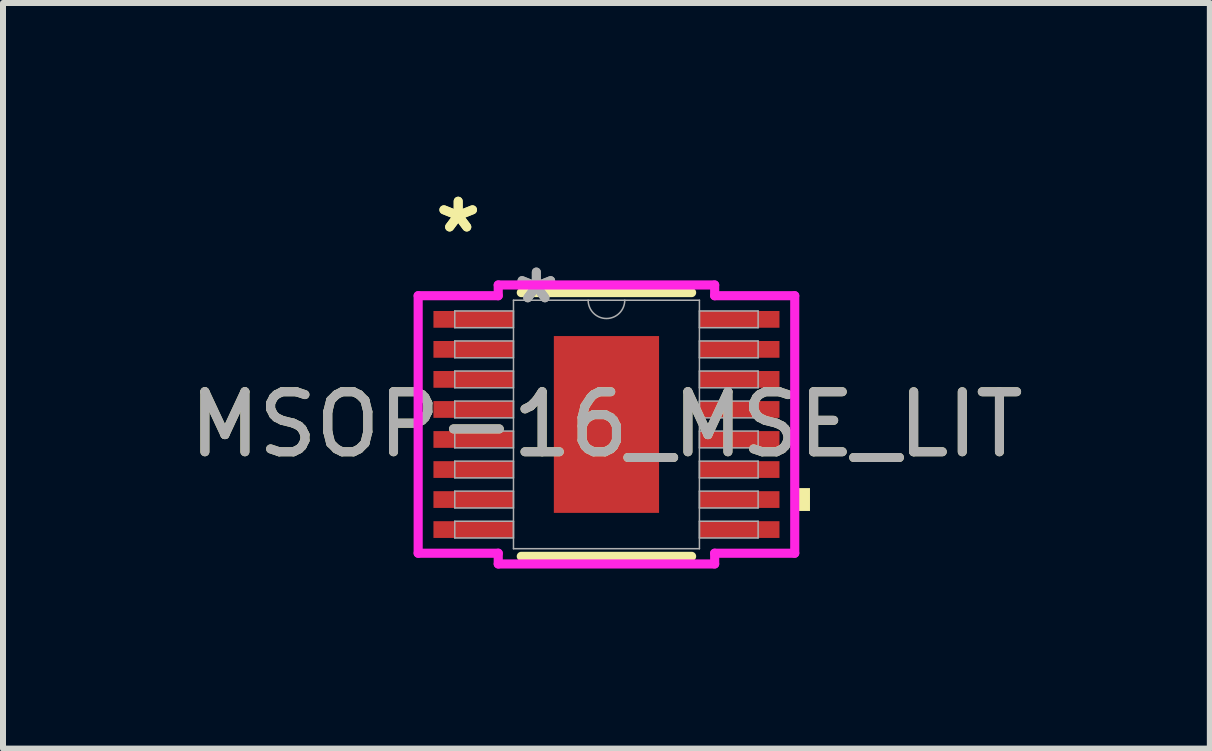
<source format=kicad_pcb>
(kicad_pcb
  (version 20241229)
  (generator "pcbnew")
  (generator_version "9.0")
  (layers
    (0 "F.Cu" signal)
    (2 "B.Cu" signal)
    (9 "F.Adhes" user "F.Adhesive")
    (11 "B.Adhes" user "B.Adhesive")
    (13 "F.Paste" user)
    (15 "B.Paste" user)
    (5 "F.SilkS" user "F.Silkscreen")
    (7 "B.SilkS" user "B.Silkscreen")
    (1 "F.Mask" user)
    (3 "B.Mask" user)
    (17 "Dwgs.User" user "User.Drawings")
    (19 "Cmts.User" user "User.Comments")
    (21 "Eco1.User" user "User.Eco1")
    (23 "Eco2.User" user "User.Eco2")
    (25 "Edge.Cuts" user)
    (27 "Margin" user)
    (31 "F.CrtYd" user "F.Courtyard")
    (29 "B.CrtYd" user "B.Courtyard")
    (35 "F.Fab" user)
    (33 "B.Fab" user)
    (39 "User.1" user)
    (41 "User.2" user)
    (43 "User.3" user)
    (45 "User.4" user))
  (footprint "MSOP-16_MSE_LIT"
    (layer "F.Cu")
    (at 7.054 4.022)
    (property "Reference" "MSOP-16_MSE_LIT" (at 0 0 0) (unlocked yes) (layer "F.SilkS") (effects (font (size 1 1) (thickness 0.15))))
    (attr smd)
    (fp_line (start -1.419 2.197) (end 1.419 2.197) (stroke (width 0.152) (type solid)) (layer "F.SilkS"))
    (fp_line (start 1.419 -2.197) (end -1.419 -2.197) (stroke (width 0.152) (type solid)) (layer "F.SilkS"))
    (fp_poly (pts (xy 3.391 1.06) (xy 3.391 1.441) (xy 3.137 1.441) (xy 3.137 1.06)) (stroke (width 0) (type solid)) (fill yes) (layer "F.SilkS"))
    (fp_poly (pts (xy -0.776 -1.373) (xy -0.776 -0.1) (xy 0.776 -0.1) (xy 0.776 -1.373)) (stroke (width 0) (type solid)) (fill yes) (layer "F.Paste"))
    (fp_poly (pts (xy -0.776 0.1) (xy -0.776 1.373) (xy 0.776 1.373) (xy 0.776 0.1)) (stroke (width 0) (type solid)) (fill yes) (layer "F.Paste"))
    (fp_line (start -3.137 -2.145) (end -1.803 -2.145) (stroke (width 0.152) (type solid)) (layer "F.CrtYd"))
    (fp_line (start -3.137 2.145) (end -3.137 -2.145) (stroke (width 0.152) (type solid)) (layer "F.CrtYd"))
    (fp_line (start -3.137 2.145) (end -1.803 2.145) (stroke (width 0.152) (type solid)) (layer "F.CrtYd"))
    (fp_line (start -1.803 -2.324) (end 1.803 -2.324) (stroke (width 0.152) (type solid)) (layer "F.CrtYd"))
    (fp_line (start -1.803 -2.145) (end -1.803 -2.324) (stroke (width 0.152) (type solid)) (layer "F.CrtYd"))
    (fp_line (start -1.803 2.324) (end -1.803 2.145) (stroke (width 0.152) (type solid)) (layer "F.CrtYd"))
    (fp_line (start 1.803 -2.324) (end 1.803 -2.145) (stroke (width 0.152) (type solid)) (layer "F.CrtYd"))
    (fp_line (start 1.803 2.145) (end 1.803 2.324) (stroke (width 0.152) (type solid)) (layer "F.CrtYd"))
    (fp_line (start 1.803 2.324) (end -1.803 2.324) (stroke (width 0.152) (type solid)) (layer "F.CrtYd"))
    (fp_line (start 3.137 -2.145) (end 1.803 -2.145) (stroke (width 0.152) (type solid)) (layer "F.CrtYd"))
    (fp_line (start 3.137 -2.145) (end 3.137 2.145) (stroke (width 0.152) (type solid)) (layer "F.CrtYd"))
    (fp_line (start 3.137 2.145) (end 1.803 2.145) (stroke (width 0.152) (type solid)) (layer "F.CrtYd"))
    (fp_line (start -2.527 -1.891) (end -2.527 -1.612) (stroke (width 0.025) (type solid)) (layer "F.Fab"))
    (fp_line (start -2.527 -1.612) (end -1.549 -1.612) (stroke (width 0.025) (type solid)) (layer "F.Fab"))
    (fp_line (start -2.527 -1.391) (end -2.527 -1.111) (stroke (width 0.025) (type solid)) (layer "F.Fab"))
    (fp_line (start -2.527 -1.111) (end -1.549 -1.111) (stroke (width 0.025) (type solid)) (layer "F.Fab"))
    (fp_line (start -2.527 -0.89) (end -2.527 -0.611) (stroke (width 0.025) (type solid)) (layer "F.Fab"))
    (fp_line (start -2.527 -0.611) (end -1.549 -0.611) (stroke (width 0.025) (type solid)) (layer "F.Fab"))
    (fp_line (start -2.527 -0.39) (end -2.527 -0.11) (stroke (width 0.025) (type solid)) (layer "F.Fab"))
    (fp_line (start -2.527 -0.11) (end -1.549 -0.11) (stroke (width 0.025) (type solid)) (layer "F.Fab"))
    (fp_line (start -2.527 0.11) (end -2.527 0.39) (stroke (width 0.025) (type solid)) (layer "F.Fab"))
    (fp_line (start -2.527 0.39) (end -1.549 0.39) (stroke (width 0.025) (type solid)) (layer "F.Fab"))
    (fp_line (start -2.527 0.611) (end -2.527 0.89) (stroke (width 0.025) (type solid)) (layer "F.Fab"))
    (fp_line (start -2.527 0.89) (end -1.549 0.89) (stroke (width 0.025) (type solid)) (layer "F.Fab"))
    (fp_line (start -2.527 1.111) (end -2.527 1.391) (stroke (width 0.025) (type solid)) (layer "F.Fab"))
    (fp_line (start -2.527 1.391) (end -1.549 1.391) (stroke (width 0.025) (type solid)) (layer "F.Fab"))
    (fp_line (start -2.527 1.612) (end -2.527 1.891) (stroke (width 0.025) (type solid)) (layer "F.Fab"))
    (fp_line (start -2.527 1.891) (end -1.549 1.891) (stroke (width 0.025) (type solid)) (layer "F.Fab"))
    (fp_line (start -1.549 -2.07) (end -1.549 2.07) (stroke (width 0.025) (type solid)) (layer "F.Fab"))
    (fp_line (start -1.549 -1.891) (end -2.527 -1.891) (stroke (width 0.025) (type solid)) (layer "F.Fab"))
    (fp_line (start -1.549 -1.612) (end -1.549 -1.891) (stroke (width 0.025) (type solid)) (layer "F.Fab"))
    (fp_line (start -1.549 -1.391) (end -2.527 -1.391) (stroke (width 0.025) (type solid)) (layer "F.Fab"))
    (fp_line (start -1.549 -1.111) (end -1.549 -1.391) (stroke (width 0.025) (type solid)) (layer "F.Fab"))
    (fp_line (start -1.549 -0.89) (end -2.527 -0.89) (stroke (width 0.025) (type solid)) (layer "F.Fab"))
    (fp_line (start -1.549 -0.611) (end -1.549 -0.89) (stroke (width 0.025) (type solid)) (layer "F.Fab"))
    (fp_line (start -1.549 -0.39) (end -2.527 -0.39) (stroke (width 0.025) (type solid)) (layer "F.Fab"))
    (fp_line (start -1.549 -0.11) (end -1.549 -0.39) (stroke (width 0.025) (type solid)) (layer "F.Fab"))
    (fp_line (start -1.549 0.11) (end -2.527 0.11) (stroke (width 0.025) (type solid)) (layer "F.Fab"))
    (fp_line (start -1.549 0.39) (end -1.549 0.11) (stroke (width 0.025) (type solid)) (layer "F.Fab"))
    (fp_line (start -1.549 0.611) (end -2.527 0.611) (stroke (width 0.025) (type solid)) (layer "F.Fab"))
    (fp_line (start -1.549 0.89) (end -1.549 0.611) (stroke (width 0.025) (type solid)) (layer "F.Fab"))
    (fp_line (start -1.549 1.111) (end -2.527 1.111) (stroke (width 0.025) (type solid)) (layer "F.Fab"))
    (fp_line (start -1.549 1.391) (end -1.549 1.111) (stroke (width 0.025) (type solid)) (layer "F.Fab"))
    (fp_line (start -1.549 1.612) (end -2.527 1.612) (stroke (width 0.025) (type solid)) (layer "F.Fab"))
    (fp_line (start -1.549 1.891) (end -1.549 1.612) (stroke (width 0.025) (type solid)) (layer "F.Fab"))
    (fp_line (start -1.549 2.07) (end 1.549 2.07) (stroke (width 0.025) (type solid)) (layer "F.Fab"))
    (fp_line (start 1.549 -2.07) (end -1.549 -2.07) (stroke (width 0.025) (type solid)) (layer "F.Fab"))
    (fp_line (start 1.549 -1.891) (end 1.549 -1.612) (stroke (width 0.025) (type solid)) (layer "F.Fab"))
    (fp_line (start 1.549 -1.612) (end 2.527 -1.612) (stroke (width 0.025) (type solid)) (layer "F.Fab"))
    (fp_line (start 1.549 -1.391) (end 1.549 -1.111) (stroke (width 0.025) (type solid)) (layer "F.Fab"))
    (fp_line (start 1.549 -1.111) (end 2.527 -1.111) (stroke (width 0.025) (type solid)) (layer "F.Fab"))
    (fp_line (start 1.549 -0.89) (end 1.549 -0.611) (stroke (width 0.025) (type solid)) (layer "F.Fab"))
    (fp_line (start 1.549 -0.611) (end 2.527 -0.611) (stroke (width 0.025) (type solid)) (layer "F.Fab"))
    (fp_line (start 1.549 -0.39) (end 1.549 -0.11) (stroke (width 0.025) (type solid)) (layer "F.Fab"))
    (fp_line (start 1.549 -0.11) (end 2.527 -0.11) (stroke (width 0.025) (type solid)) (layer "F.Fab"))
    (fp_line (start 1.549 0.11) (end 1.549 0.39) (stroke (width 0.025) (type solid)) (layer "F.Fab"))
    (fp_line (start 1.549 0.39) (end 2.527 0.39) (stroke (width 0.025) (type solid)) (layer "F.Fab"))
    (fp_line (start 1.549 0.611) (end 1.549 0.89) (stroke (width 0.025) (type solid)) (layer "F.Fab"))
    (fp_line (start 1.549 0.89) (end 2.527 0.89) (stroke (width 0.025) (type solid)) (layer "F.Fab"))
    (fp_line (start 1.549 1.111) (end 1.549 1.391) (stroke (width 0.025) (type solid)) (layer "F.Fab"))
    (fp_line (start 1.549 1.391) (end 2.527 1.391) (stroke (width 0.025) (type solid)) (layer "F.Fab"))
    (fp_line (start 1.549 1.612) (end 1.549 1.891) (stroke (width 0.025) (type solid)) (layer "F.Fab"))
    (fp_line (start 1.549 1.891) (end 2.527 1.891) (stroke (width 0.025) (type solid)) (layer "F.Fab"))
    (fp_line (start 1.549 2.07) (end 1.549 -2.07) (stroke (width 0.025) (type solid)) (layer "F.Fab"))
    (fp_line (start 2.527 -1.891) (end 1.549 -1.891) (stroke (width 0.025) (type solid)) (layer "F.Fab"))
    (fp_line (start 2.527 -1.612) (end 2.527 -1.891) (stroke (width 0.025) (type solid)) (layer "F.Fab"))
    (fp_line (start 2.527 -1.391) (end 1.549 -1.391) (stroke (width 0.025) (type solid)) (layer "F.Fab"))
    (fp_line (start 2.527 -1.111) (end 2.527 -1.391) (stroke (width 0.025) (type solid)) (layer "F.Fab"))
    (fp_line (start 2.527 -0.89) (end 1.549 -0.89) (stroke (width 0.025) (type solid)) (layer "F.Fab"))
    (fp_line (start 2.527 -0.611) (end 2.527 -0.89) (stroke (width 0.025) (type solid)) (layer "F.Fab"))
    (fp_line (start 2.527 -0.39) (end 1.549 -0.39) (stroke (width 0.025) (type solid)) (layer "F.Fab"))
    (fp_line (start 2.527 -0.11) (end 2.527 -0.39) (stroke (width 0.025) (type solid)) (layer "F.Fab"))
    (fp_line (start 2.527 0.11) (end 1.549 0.11) (stroke (width 0.025) (type solid)) (layer "F.Fab"))
    (fp_line (start 2.527 0.39) (end 2.527 0.11) (stroke (width 0.025) (type solid)) (layer "F.Fab"))
    (fp_line (start 2.527 0.611) (end 1.549 0.611) (stroke (width 0.025) (type solid)) (layer "F.Fab"))
    (fp_line (start 2.527 0.89) (end 2.527 0.611) (stroke (width 0.025) (type solid)) (layer "F.Fab"))
    (fp_line (start 2.527 1.111) (end 1.549 1.111) (stroke (width 0.025) (type solid)) (layer "F.Fab"))
    (fp_line (start 2.527 1.391) (end 2.527 1.111) (stroke (width 0.025) (type solid)) (layer "F.Fab"))
    (fp_line (start 2.527 1.612) (end 1.549 1.612) (stroke (width 0.025) (type solid)) (layer "F.Fab"))
    (fp_line (start 2.527 1.891) (end 2.527 1.612) (stroke (width 0.025) (type solid)) (layer "F.Fab"))
    (fp_arc (start 0.3048 -2.0701) (mid 0 -1.7653) (end -0.3048 -2.0701) (stroke (width 0.0254) (type solid)) (layer "F.Fab"))
    (fp_text user "*" (at -2.47 -3.174 0) (unlocked yes) (layer "F.SilkS") (effects (font (size 1 1) (thickness 0.15))))
    (fp_text user "*" (at -2.47 -3.174 0) (layer "F.SilkS") (effects (font (size 1 1) (thickness 0.15))))
    (fp_text user "*" (at -1.168 -1.994 0) (unlocked yes) (layer "F.Fab") (effects (font (size 1 1) (thickness 0.15))))
    (fp_text user "${REFERENCE}" (at 0 0 0) (unlocked yes) (layer "F.Fab") (effects (font (size 1 1) (thickness 0.15))))
    (fp_text user "*" (at -1.168 -1.994 0) (layer "F.Fab") (effects (font (size 1 1) (thickness 0.15))))
    (pad "1" smd rect (at -2.216 -1.751) (size 1.333 0.279) (layers "F.Cu" "F.Mask" "F.Paste"))
    (pad "2" smd rect (at -2.216 -1.251) (size 1.333 0.279) (layers "F.Cu" "F.Mask" "F.Paste"))
    (pad "3" smd rect (at -2.216 -0.751) (size 1.333 0.279) (layers "F.Cu" "F.Mask" "F.Paste"))
    (pad "4" smd rect (at -2.216 -0.25) (size 1.333 0.279) (layers "F.Cu" "F.Mask" "F.Paste"))
    (pad "5" smd rect (at -2.216 0.25) (size 1.333 0.279) (layers "F.Cu" "F.Mask" "F.Paste"))
    (pad "6" smd rect (at -2.216 0.751) (size 1.333 0.279) (layers "F.Cu" "F.Mask" "F.Paste"))
    (pad "7" smd rect (at -2.216 1.251) (size 1.333 0.279) (layers "F.Cu" "F.Mask" "F.Paste"))
    (pad "8" smd rect (at -2.216 1.751) (size 1.333 0.279) (layers "F.Cu" "F.Mask" "F.Paste"))
    (pad "9" smd rect (at 2.216 1.751) (size 1.333 0.279) (layers "F.Cu" "F.Mask" "F.Paste"))
    (pad "10" smd rect (at 2.216 1.251) (size 1.333 0.279) (layers "F.Cu" "F.Mask" "F.Paste"))
    (pad "11" smd rect (at 2.216 0.751) (size 1.333 0.279) (layers "F.Cu" "F.Mask" "F.Paste"))
    (pad "12" smd rect (at 2.216 0.25) (size 1.333 0.279) (layers "F.Cu" "F.Mask" "F.Paste"))
    (pad "13" smd rect (at 2.216 -0.25) (size 1.333 0.279) (layers "F.Cu" "F.Mask" "F.Paste"))
    (pad "14" smd rect (at 2.216 -0.751) (size 1.333 0.279) (layers "F.Cu" "F.Mask" "F.Paste"))
    (pad "15" smd rect (at 2.216 -1.251) (size 1.333 0.279) (layers "F.Cu" "F.Mask" "F.Paste"))
    (pad "16" smd rect (at 2.216 -1.751) (size 1.333 0.279) (layers "F.Cu" "F.Mask" "F.Paste"))
    (pad "EPAD" smd rect (at 0 0) (size 1.753 2.946) (layers "F.Cu" "F.Mask")))
  (gr_rect
    (start -3 -3)
    (end 17.107 9.422)
    (stroke (width 0.1) (type default))
    (fill no)
    (layer "Edge.Cuts")))
</source>
